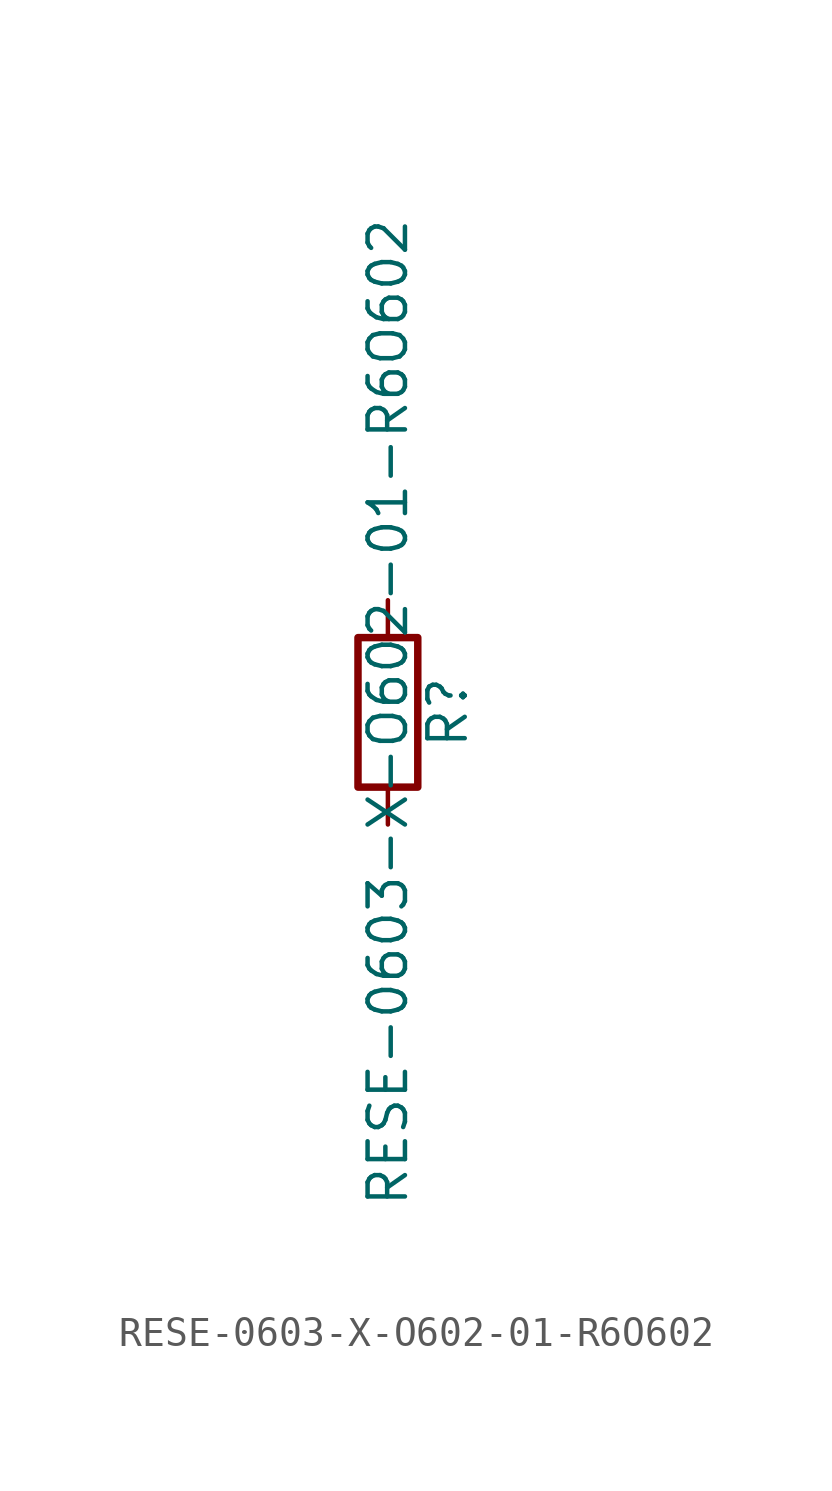
<source format=kicad_sym>
(kicad_symbol_lib
  (version 20211014)
  (generator kicad_symbol_editor)
  (symbol "RESE-0603-X-O602-01-R6O602"
    (pin_numbers hide)
    (pin_names
      (offset 0))
    (property "Reference" "R"
      (at 2.032 0 90)
      (effects (font (size 1.27 1.27))))
    (property "Value" "RESE-0603-X-O602-01-R6O602"
      (at 0 0 90)
      (effects (font (size 1.27 1.27))))
    (symbol "RESE-0603-X-O602-01-R6O602_0_1"
      (rectangle (start -1.016 -2.54) (end 1.016 2.54) (stroke (width 0.254) (type default) (color 0 0 0 0)) (fill (type none))))
    (symbol "RESE-0603-X-O602-01-R6O602_1_1"
      (pin passive line (at 0 3.81 270) (length 1.27) (name "~" (effects (font (size 1.27 1.27)))) (number "1" (effects (font (size 1.27 1.27)))))
      (pin passive line (at 0 -3.81 90) (length 1.27) (name "~" (effects (font (size 1.27 1.27)))) (number "2" (effects (font (size 1.27 1.27))))))))
</source>
